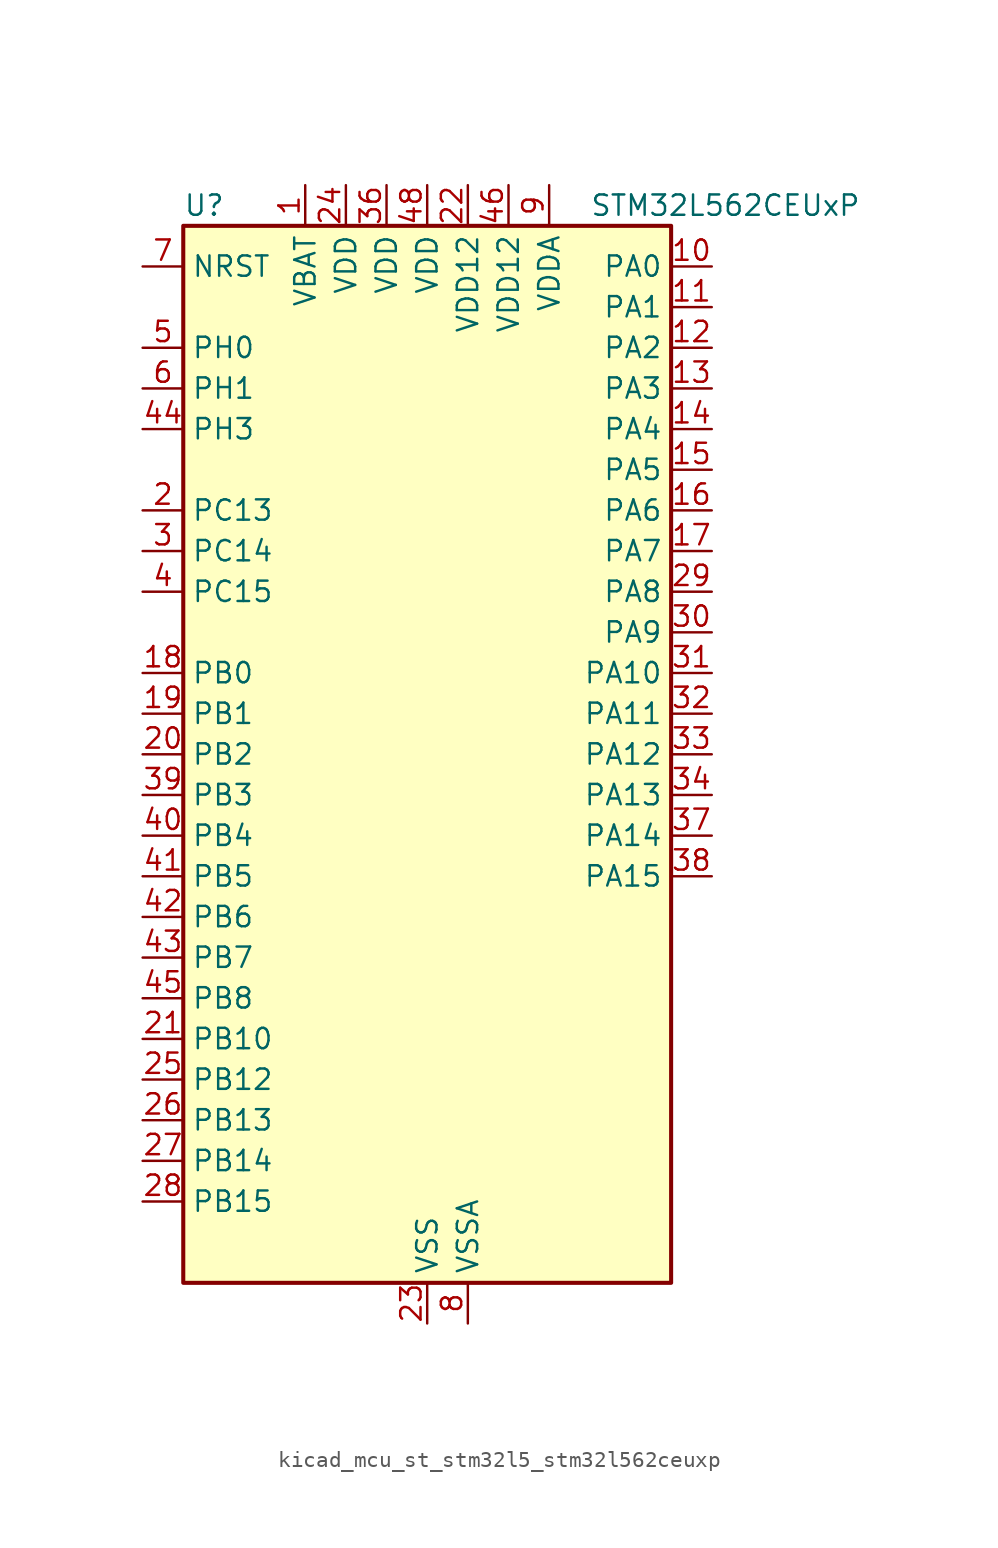
<source format=kicad_sym>
(kicad_symbol_lib
  (version 20220914)
  (generator kicad_symbol_editor)
  (symbol "kicad_mcu_st_stm32l5_stm32l562ceuxp"
    (property "Reference" "U"
      (at -15.24 34.29 0)
      (effects (font (size 1.27 1.27)) (justify left)))
    (property "Value" "STM32L562CEUxP"
      (at 10.16 34.29 0)
      (effects (font (size 1.27 1.27)) (justify left)))
    (property "ki_locked" ""
      (at 0 0 0)
      (effects (font (size 1.27 1.27))))
    (symbol "kicad_mcu_st_stm32l5_stm32l562ceuxp_0_1"
      (rectangle (start -15.24 -33.02) (end 15.24 33.02) (stroke (width 0.254) (type default)) (fill (type background))))
    (symbol "kicad_mcu_st_stm32l5_stm32l562ceuxp_1_1"
      (pin power_in line (at -7.62 35.56 270) (length 2.54) (name "VBAT" (effects (font (size 1.27 1.27)))) (number "1" (effects (font (size 1.27 1.27)))))
      (pin bidirectional line (at 17.78 30.48 180) (length 2.54) (name "PA0" (effects (font (size 1.27 1.27)))) (number "10" (effects (font (size 1.27 1.27)))) (alternate "ADC1_IN5" bidirectional line) (alternate "ADC2_IN5" bidirectional line) (alternate "OPAMP1_VINP" bidirectional line) (alternate "PWR_WKUP1" bidirectional line) (alternate "SAI1_EXTCLK" bidirectional line) (alternate "TAMP_IN2" bidirectional line) (alternate "TAMP_OUT1" bidirectional line) (alternate "TIM2_CH1" bidirectional line) (alternate "TIM2_ETR" bidirectional line) (alternate "TIM5_CH1" bidirectional line) (alternate "TIM8_ETR" bidirectional line) (alternate "UART4_TX" bidirectional line) (alternate "USART2_CTS" bidirectional line) (alternate "USART2_NSS" bidirectional line))
      (pin bidirectional line (at 17.78 27.94 180) (length 2.54) (name "PA1" (effects (font (size 1.27 1.27)))) (number "11" (effects (font (size 1.27 1.27)))) (alternate "ADC1_IN6" bidirectional line) (alternate "ADC2_IN6" bidirectional line) (alternate "I2C1_SMBA" bidirectional line) (alternate "OCTOSPI1_DQS" bidirectional line) (alternate "OPAMP1_VINM" bidirectional line) (alternate "SPI1_SCK" bidirectional line) (alternate "TAMP_IN5" bidirectional line) (alternate "TAMP_OUT4" bidirectional line) (alternate "TIM15_CH1N" bidirectional line) (alternate "TIM2_CH2" bidirectional line) (alternate "TIM5_CH2" bidirectional line) (alternate "UART4_RX" bidirectional line) (alternate "USART2_DE" bidirectional line) (alternate "USART2_RTS" bidirectional line))
      (pin bidirectional line (at 17.78 25.4 180) (length 2.54) (name "PA2" (effects (font (size 1.27 1.27)))) (number "12" (effects (font (size 1.27 1.27)))) (alternate "ADC1_IN7" bidirectional line) (alternate "ADC2_IN7" bidirectional line) (alternate "COMP1_INP" bidirectional line) (alternate "LPUART1_TX" bidirectional line) (alternate "OCTOSPI1_NCS" bidirectional line) (alternate "PWR_WKUP4" bidirectional line) (alternate "RCC_LSCO" bidirectional line) (alternate "SAI2_EXTCLK" bidirectional line) (alternate "TIM15_CH1" bidirectional line) (alternate "TIM2_CH3" bidirectional line) (alternate "TIM5_CH3" bidirectional line) (alternate "UCPD1_FRSTX1" bidirectional line) (alternate "USART2_TX" bidirectional line))
      (pin bidirectional line (at 17.78 22.86 180) (length 2.54) (name "PA3" (effects (font (size 1.27 1.27)))) (number "13" (effects (font (size 1.27 1.27)))) (alternate "ADC1_IN8" bidirectional line) (alternate "ADC2_IN8" bidirectional line) (alternate "LPUART1_RX" bidirectional line) (alternate "OCTOSPI1_CLK" bidirectional line) (alternate "OPAMP1_VOUT" bidirectional line) (alternate "SAI1_CK1" bidirectional line) (alternate "SAI1_MCLK_A" bidirectional line) (alternate "TIM15_CH2" bidirectional line) (alternate "TIM2_CH4" bidirectional line) (alternate "TIM5_CH4" bidirectional line) (alternate "USART2_RX" bidirectional line))
      (pin bidirectional line (at 17.78 20.32 180) (length 2.54) (name "PA4" (effects (font (size 1.27 1.27)))) (number "14" (effects (font (size 1.27 1.27)))) (alternate "ADC1_IN9" bidirectional line) (alternate "ADC2_IN9" bidirectional line) (alternate "DAC1_OUT1" bidirectional line) (alternate "LPTIM2_OUT" bidirectional line) (alternate "OCTOSPI1_NCS" bidirectional line) (alternate "SAI1_FS_B" bidirectional line) (alternate "SPI1_NSS" bidirectional line) (alternate "SPI3_NSS" bidirectional line) (alternate "USART2_CK" bidirectional line))
      (pin bidirectional line (at 17.78 17.78 180) (length 2.54) (name "PA5" (effects (font (size 1.27 1.27)))) (number "15" (effects (font (size 1.27 1.27)))) (alternate "ADC1_IN10" bidirectional line) (alternate "ADC2_IN10" bidirectional line) (alternate "DAC1_OUT2" bidirectional line) (alternate "LPTIM2_ETR" bidirectional line) (alternate "SPI1_SCK" bidirectional line) (alternate "TIM2_CH1" bidirectional line) (alternate "TIM2_ETR" bidirectional line) (alternate "TIM8_CH1N" bidirectional line))
      (pin bidirectional line (at 17.78 15.24 180) (length 2.54) (name "PA6" (effects (font (size 1.27 1.27)))) (number "16" (effects (font (size 1.27 1.27)))) (alternate "ADC1_IN11" bidirectional line) (alternate "ADC2_IN11" bidirectional line) (alternate "LPUART1_CTS" bidirectional line) (alternate "OCTOSPI1_IO3" bidirectional line) (alternate "OPAMP2_VINP" bidirectional line) (alternate "SPI1_MISO" bidirectional line) (alternate "TIM16_CH1" bidirectional line) (alternate "TIM1_BKIN" bidirectional line) (alternate "TIM3_CH1" bidirectional line) (alternate "TIM8_BKIN" bidirectional line) (alternate "USART3_CTS" bidirectional line) (alternate "USART3_NSS" bidirectional line))
      (pin bidirectional line (at 17.78 12.7 180) (length 2.54) (name "PA7" (effects (font (size 1.27 1.27)))) (number "17" (effects (font (size 1.27 1.27)))) (alternate "ADC1_IN12" bidirectional line) (alternate "ADC2_IN12" bidirectional line) (alternate "I2C3_SCL" bidirectional line) (alternate "OCTOSPI1_IO2" bidirectional line) (alternate "OPAMP2_VINM" bidirectional line) (alternate "SPI1_MOSI" bidirectional line) (alternate "TIM17_CH1" bidirectional line) (alternate "TIM1_CH1N" bidirectional line) (alternate "TIM3_CH2" bidirectional line) (alternate "TIM8_CH1N" bidirectional line))
      (pin bidirectional line (at -17.78 5.08 0) (length 2.54) (name "PB0" (effects (font (size 1.27 1.27)))) (number "18" (effects (font (size 1.27 1.27)))) (alternate "ADC1_IN15" bidirectional line) (alternate "ADC2_IN15" bidirectional line) (alternate "COMP1_OUT" bidirectional line) (alternate "OCTOSPI1_IO1" bidirectional line) (alternate "OPAMP2_VOUT" bidirectional line) (alternate "SAI1_EXTCLK" bidirectional line) (alternate "SPI1_NSS" bidirectional line) (alternate "TIM1_CH2N" bidirectional line) (alternate "TIM3_CH3" bidirectional line) (alternate "TIM8_CH2N" bidirectional line) (alternate "USART3_CK" bidirectional line))
      (pin bidirectional line (at -17.78 2.54 0) (length 2.54) (name "PB1" (effects (font (size 1.27 1.27)))) (number "19" (effects (font (size 1.27 1.27)))) (alternate "ADC1_IN16" bidirectional line) (alternate "ADC2_IN16" bidirectional line) (alternate "COMP1_INM" bidirectional line) (alternate "DFSDM1_DATIN0" bidirectional line) (alternate "LPTIM2_IN1" bidirectional line) (alternate "LPUART1_DE" bidirectional line) (alternate "LPUART1_RTS" bidirectional line) (alternate "OCTOSPI1_IO0" bidirectional line) (alternate "TIM1_CH3N" bidirectional line) (alternate "TIM3_CH4" bidirectional line) (alternate "TIM8_CH3N" bidirectional line) (alternate "USART3_DE" bidirectional line) (alternate "USART3_RTS" bidirectional line))
      (pin bidirectional line (at -17.78 15.24 0) (length 2.54) (name "PC13" (effects (font (size 1.27 1.27)))) (number "2" (effects (font (size 1.27 1.27)))) (alternate "PWR_WKUP2" bidirectional line) (alternate "RTC_OUT1" bidirectional line) (alternate "RTC_TS" bidirectional line) (alternate "TAMP_IN1" bidirectional line) (alternate "TAMP_OUT2" bidirectional line))
      (pin bidirectional line (at -17.78 0 0) (length 2.54) (name "PB2" (effects (font (size 1.27 1.27)))) (number "20" (effects (font (size 1.27 1.27)))) (alternate "COMP1_INP" bidirectional line) (alternate "DFSDM1_CKIN0" bidirectional line) (alternate "I2C3_SMBA" bidirectional line) (alternate "LPTIM1_OUT" bidirectional line) (alternate "OCTOSPI1_DQS" bidirectional line) (alternate "RTC_OUT2" bidirectional line) (alternate "UCPD1_FRSTX1" bidirectional line))
      (pin bidirectional line (at -17.78 -17.78 0) (length 2.54) (name "PB10" (effects (font (size 1.27 1.27)))) (number "21" (effects (font (size 1.27 1.27)))) (alternate "COMP1_OUT" bidirectional line) (alternate "I2C2_SCL" bidirectional line) (alternate "I2C4_SCL" bidirectional line) (alternate "LPTIM3_OUT" bidirectional line) (alternate "LPUART1_RX" bidirectional line) (alternate "OCTOSPI1_CLK" bidirectional line) (alternate "SAI1_SCK_A" bidirectional line) (alternate "SPI2_SCK" bidirectional line) (alternate "TIM2_CH3" bidirectional line) (alternate "TSC_SYNC" bidirectional line) (alternate "USART3_TX" bidirectional line))
      (pin power_in line (at 2.54 35.56 270) (length 2.54) (name "VDD12" (effects (font (size 1.27 1.27)))) (number "22" (effects (font (size 1.27 1.27)))))
      (pin power_in line (at 0 -35.56 90) (length 2.54) (name "VSS" (effects (font (size 1.27 1.27)))) (number "23" (effects (font (size 1.27 1.27)))))
      (pin power_in line (at -5.08 35.56 270) (length 2.54) (name "VDD" (effects (font (size 1.27 1.27)))) (number "24" (effects (font (size 1.27 1.27)))))
      (pin bidirectional line (at -17.78 -20.32 0) (length 2.54) (name "PB12" (effects (font (size 1.27 1.27)))) (number "25" (effects (font (size 1.27 1.27)))) (alternate "DFSDM1_DATIN1" bidirectional line) (alternate "I2C2_SMBA" bidirectional line) (alternate "LPUART1_DE" bidirectional line) (alternate "LPUART1_RTS" bidirectional line) (alternate "OCTOSPI1_NCLK" bidirectional line) (alternate "SAI2_FS_A" bidirectional line) (alternate "SPI2_NSS" bidirectional line) (alternate "TIM15_BKIN" bidirectional line) (alternate "TIM1_BKIN" bidirectional line) (alternate "TSC_G1_IO1" bidirectional line) (alternate "USART3_CK" bidirectional line))
      (pin bidirectional line (at -17.78 -22.86 0) (length 2.54) (name "PB13" (effects (font (size 1.27 1.27)))) (number "26" (effects (font (size 1.27 1.27)))) (alternate "DFSDM1_CKIN1" bidirectional line) (alternate "I2C2_SCL" bidirectional line) (alternate "LPTIM3_IN1" bidirectional line) (alternate "LPUART1_CTS" bidirectional line) (alternate "SAI2_SCK_A" bidirectional line) (alternate "SPI2_SCK" bidirectional line) (alternate "TIM15_CH1N" bidirectional line) (alternate "TIM1_CH1N" bidirectional line) (alternate "TSC_G1_IO2" bidirectional line) (alternate "UCPD1_FRSTX2" bidirectional line) (alternate "USART3_CTS" bidirectional line) (alternate "USART3_NSS" bidirectional line))
      (pin bidirectional line (at -17.78 -25.4 0) (length 2.54) (name "PB14" (effects (font (size 1.27 1.27)))) (number "27" (effects (font (size 1.27 1.27)))) (alternate "DFSDM1_DATIN2" bidirectional line) (alternate "I2C2_SDA" bidirectional line) (alternate "LPTIM3_ETR" bidirectional line) (alternate "SAI2_MCLK_A" bidirectional line) (alternate "SPI2_MISO" bidirectional line) (alternate "TIM15_CH1" bidirectional line) (alternate "TIM1_CH2N" bidirectional line) (alternate "TIM8_CH2N" bidirectional line) (alternate "TSC_G1_IO3" bidirectional line) (alternate "UCPD1_DBCC2" bidirectional line) (alternate "USART3_DE" bidirectional line) (alternate "USART3_RTS" bidirectional line))
      (pin bidirectional line (at -17.78 -27.94 0) (length 2.54) (name "PB15" (effects (font (size 1.27 1.27)))) (number "28" (effects (font (size 1.27 1.27)))) (alternate "ADC1_EXTI15" bidirectional line) (alternate "ADC2_EXTI15" bidirectional line) (alternate "DFSDM1_CKIN2" bidirectional line) (alternate "RTC_REFIN" bidirectional line) (alternate "SAI2_SD_A" bidirectional line) (alternate "SPI2_MOSI" bidirectional line) (alternate "TIM15_CH2" bidirectional line) (alternate "TIM1_CH3N" bidirectional line) (alternate "TIM8_CH3N" bidirectional line) (alternate "UCPD1_CC2" bidirectional line))
      (pin bidirectional line (at 17.78 10.16 180) (length 2.54) (name "PA8" (effects (font (size 1.27 1.27)))) (number "29" (effects (font (size 1.27 1.27)))) (alternate "LPTIM2_OUT" bidirectional line) (alternate "RCC_MCO" bidirectional line) (alternate "SAI1_CK2" bidirectional line) (alternate "SAI1_SCK_A" bidirectional line) (alternate "TIM1_CH1" bidirectional line) (alternate "USART1_CK" bidirectional line))
      (pin bidirectional line (at -17.78 12.7 0) (length 2.54) (name "PC14" (effects (font (size 1.27 1.27)))) (number "3" (effects (font (size 1.27 1.27)))) (alternate "RCC_OSC32_IN" bidirectional line))
      (pin bidirectional line (at 17.78 7.62 180) (length 2.54) (name "PA9" (effects (font (size 1.27 1.27)))) (number "30" (effects (font (size 1.27 1.27)))) (alternate "DAC1_EXTI9" bidirectional line) (alternate "SAI1_FS_A" bidirectional line) (alternate "SPI2_SCK" bidirectional line) (alternate "TIM15_BKIN" bidirectional line) (alternate "TIM1_CH2" bidirectional line) (alternate "USART1_TX" bidirectional line))
      (pin bidirectional line (at 17.78 5.08 180) (length 2.54) (name "PA10" (effects (font (size 1.27 1.27)))) (number "31" (effects (font (size 1.27 1.27)))) (alternate "CRS_SYNC" bidirectional line) (alternate "SAI1_D1" bidirectional line) (alternate "SAI1_SD_A" bidirectional line) (alternate "TIM17_BKIN" bidirectional line) (alternate "TIM1_CH3" bidirectional line) (alternate "USART1_RX" bidirectional line))
      (pin bidirectional line (at 17.78 2.54 180) (length 2.54) (name "PA11" (effects (font (size 1.27 1.27)))) (number "32" (effects (font (size 1.27 1.27)))) (alternate "ADC1_EXTI11" bidirectional line) (alternate "ADC2_EXTI11" bidirectional line) (alternate "FDCAN1_RX" bidirectional line) (alternate "SPI1_MISO" bidirectional line) (alternate "TIM1_BKIN2" bidirectional line) (alternate "TIM1_CH4" bidirectional line) (alternate "USART1_CTS" bidirectional line) (alternate "USART1_NSS" bidirectional line) (alternate "USB_DM" bidirectional line))
      (pin bidirectional line (at 17.78 0 180) (length 2.54) (name "PA12" (effects (font (size 1.27 1.27)))) (number "33" (effects (font (size 1.27 1.27)))) (alternate "FDCAN1_TX" bidirectional line) (alternate "SPI1_MOSI" bidirectional line) (alternate "TIM1_ETR" bidirectional line) (alternate "USART1_DE" bidirectional line) (alternate "USART1_RTS" bidirectional line) (alternate "USB_DP" bidirectional line))
      (pin bidirectional line (at 17.78 -2.54 180) (length 2.54) (name "PA13" (effects (font (size 1.27 1.27)))) (number "34" (effects (font (size 1.27 1.27)))) (alternate "DEBUG_JTMS-SWDIO" bidirectional line) (alternate "IR_OUT" bidirectional line) (alternate "SAI1_SD_B" bidirectional line) (alternate "USB_NOE" bidirectional line))
      (pin passive line (at 0 -35.56 90) (length 2.54) hide (name "VSS" (effects (font (size 1.27 1.27)))) (number "35" (effects (font (size 1.27 1.27)))))
      (pin power_in line (at -2.54 35.56 270) (length 2.54) (name "VDD" (effects (font (size 1.27 1.27)))) (number "36" (effects (font (size 1.27 1.27)))))
      (pin bidirectional line (at 17.78 -5.08 180) (length 2.54) (name "PA14" (effects (font (size 1.27 1.27)))) (number "37" (effects (font (size 1.27 1.27)))) (alternate "DEBUG_JTCK-SWCLK" bidirectional line) (alternate "I2C1_SMBA" bidirectional line) (alternate "I2C4_SMBA" bidirectional line) (alternate "LPTIM1_OUT" bidirectional line) (alternate "SAI1_FS_B" bidirectional line))
      (pin bidirectional line (at 17.78 -7.62 180) (length 2.54) (name "PA15" (effects (font (size 1.27 1.27)))) (number "38" (effects (font (size 1.27 1.27)))) (alternate "ADC1_EXTI15" bidirectional line) (alternate "ADC2_EXTI15" bidirectional line) (alternate "DEBUG_JTDI" bidirectional line) (alternate "SAI2_FS_B" bidirectional line) (alternate "SPI1_NSS" bidirectional line) (alternate "SPI3_NSS" bidirectional line) (alternate "TIM2_CH1" bidirectional line) (alternate "TIM2_ETR" bidirectional line) (alternate "UART4_DE" bidirectional line) (alternate "UART4_RTS" bidirectional line) (alternate "UCPD1_CC1" bidirectional line) (alternate "USART2_RX" bidirectional line) (alternate "USART3_DE" bidirectional line) (alternate "USART3_RTS" bidirectional line))
      (pin bidirectional line (at -17.78 -2.54 0) (length 2.54) (name "PB3" (effects (font (size 1.27 1.27)))) (number "39" (effects (font (size 1.27 1.27)))) (alternate "COMP2_INM" bidirectional line) (alternate "CRS_SYNC" bidirectional line) (alternate "DEBUG_JTDO-SWO" bidirectional line) (alternate "SAI1_SCK_B" bidirectional line) (alternate "SPI1_SCK" bidirectional line) (alternate "SPI3_SCK" bidirectional line) (alternate "TIM2_CH2" bidirectional line) (alternate "USART1_DE" bidirectional line) (alternate "USART1_RTS" bidirectional line))
      (pin bidirectional line (at -17.78 10.16 0) (length 2.54) (name "PC15" (effects (font (size 1.27 1.27)))) (number "4" (effects (font (size 1.27 1.27)))) (alternate "ADC1_EXTI15" bidirectional line) (alternate "ADC2_EXTI15" bidirectional line) (alternate "RCC_OSC32_OUT" bidirectional line))
      (pin bidirectional line (at -17.78 -5.08 0) (length 2.54) (name "PB4" (effects (font (size 1.27 1.27)))) (number "40" (effects (font (size 1.27 1.27)))) (alternate "COMP2_INP" bidirectional line) (alternate "DEBUG_JTRST" bidirectional line) (alternate "I2C3_SDA" bidirectional line) (alternate "SAI1_MCLK_B" bidirectional line) (alternate "SPI1_MISO" bidirectional line) (alternate "SPI3_MISO" bidirectional line) (alternate "TIM17_BKIN" bidirectional line) (alternate "TIM3_CH1" bidirectional line) (alternate "TSC_G2_IO1" bidirectional line) (alternate "USART1_CTS" bidirectional line) (alternate "USART1_NSS" bidirectional line))
      (pin bidirectional line (at -17.78 -7.62 0) (length 2.54) (name "PB5" (effects (font (size 1.27 1.27)))) (number "41" (effects (font (size 1.27 1.27)))) (alternate "COMP2_OUT" bidirectional line) (alternate "I2C1_SMBA" bidirectional line) (alternate "LPTIM1_IN1" bidirectional line) (alternate "OCTOSPI1_NCLK" bidirectional line) (alternate "SAI1_SD_B" bidirectional line) (alternate "SPI1_MOSI" bidirectional line) (alternate "SPI3_MOSI" bidirectional line) (alternate "TIM16_BKIN" bidirectional line) (alternate "TIM3_CH2" bidirectional line) (alternate "TSC_G2_IO2" bidirectional line) (alternate "UCPD1_DBCC1" bidirectional line) (alternate "USART1_CK" bidirectional line))
      (pin bidirectional line (at -17.78 -10.16 0) (length 2.54) (name "PB6" (effects (font (size 1.27 1.27)))) (number "42" (effects (font (size 1.27 1.27)))) (alternate "COMP2_INP" bidirectional line) (alternate "I2C1_SCL" bidirectional line) (alternate "I2C4_SCL" bidirectional line) (alternate "LPTIM1_ETR" bidirectional line) (alternate "SAI1_FS_B" bidirectional line) (alternate "TIM16_CH1N" bidirectional line) (alternate "TIM4_CH1" bidirectional line) (alternate "TIM8_BKIN2" bidirectional line) (alternate "TSC_G2_IO3" bidirectional line) (alternate "USART1_TX" bidirectional line))
      (pin bidirectional line (at -17.78 -12.7 0) (length 2.54) (name "PB7" (effects (font (size 1.27 1.27)))) (number "43" (effects (font (size 1.27 1.27)))) (alternate "COMP2_INM" bidirectional line) (alternate "I2C1_SDA" bidirectional line) (alternate "I2C4_SDA" bidirectional line) (alternate "LPTIM1_IN2" bidirectional line) (alternate "PWR_PVD_IN" bidirectional line) (alternate "TIM17_CH1N" bidirectional line) (alternate "TIM4_CH2" bidirectional line) (alternate "TIM8_BKIN" bidirectional line) (alternate "TSC_G2_IO4" bidirectional line) (alternate "UART4_CTS" bidirectional line) (alternate "USART1_RX" bidirectional line))
      (pin bidirectional line (at -17.78 20.32 0) (length 2.54) (name "PH3" (effects (font (size 1.27 1.27)))) (number "44" (effects (font (size 1.27 1.27)))))
      (pin bidirectional line (at -17.78 -15.24 0) (length 2.54) (name "PB8" (effects (font (size 1.27 1.27)))) (number "45" (effects (font (size 1.27 1.27)))) (alternate "DFSDM1_CKOUT" bidirectional line) (alternate "FDCAN1_RX" bidirectional line) (alternate "I2C1_SCL" bidirectional line) (alternate "SAI1_CK1" bidirectional line) (alternate "SAI1_MCLK_A" bidirectional line) (alternate "TIM16_CH1" bidirectional line) (alternate "TIM4_CH3" bidirectional line))
      (pin power_in line (at 5.08 35.56 270) (length 2.54) (name "VDD12" (effects (font (size 1.27 1.27)))) (number "46" (effects (font (size 1.27 1.27)))))
      (pin passive line (at 0 -35.56 90) (length 2.54) hide (name "VSS" (effects (font (size 1.27 1.27)))) (number "47" (effects (font (size 1.27 1.27)))))
      (pin power_in line (at 0 35.56 270) (length 2.54) (name "VDD" (effects (font (size 1.27 1.27)))) (number "48" (effects (font (size 1.27 1.27)))))
      (pin passive line (at 0 -35.56 90) (length 2.54) hide (name "VSS" (effects (font (size 1.27 1.27)))) (number "49" (effects (font (size 1.27 1.27)))))
      (pin bidirectional line (at -17.78 25.4 0) (length 2.54) (name "PH0" (effects (font (size 1.27 1.27)))) (number "5" (effects (font (size 1.27 1.27)))) (alternate "RCC_OSC_IN" bidirectional line))
      (pin bidirectional line (at -17.78 22.86 0) (length 2.54) (name "PH1" (effects (font (size 1.27 1.27)))) (number "6" (effects (font (size 1.27 1.27)))) (alternate "RCC_OSC_OUT" bidirectional line))
      (pin input line (at -17.78 30.48 0) (length 2.54) (name "NRST" (effects (font (size 1.27 1.27)))) (number "7" (effects (font (size 1.27 1.27)))))
      (pin power_in line (at 2.54 -35.56 90) (length 2.54) (name "VSSA" (effects (font (size 1.27 1.27)))) (number "8" (effects (font (size 1.27 1.27)))))
      (pin power_in line (at 7.62 35.56 270) (length 2.54) (name "VDDA" (effects (font (size 1.27 1.27)))) (number "9" (effects (font (size 1.27 1.27))))))))
</source>
